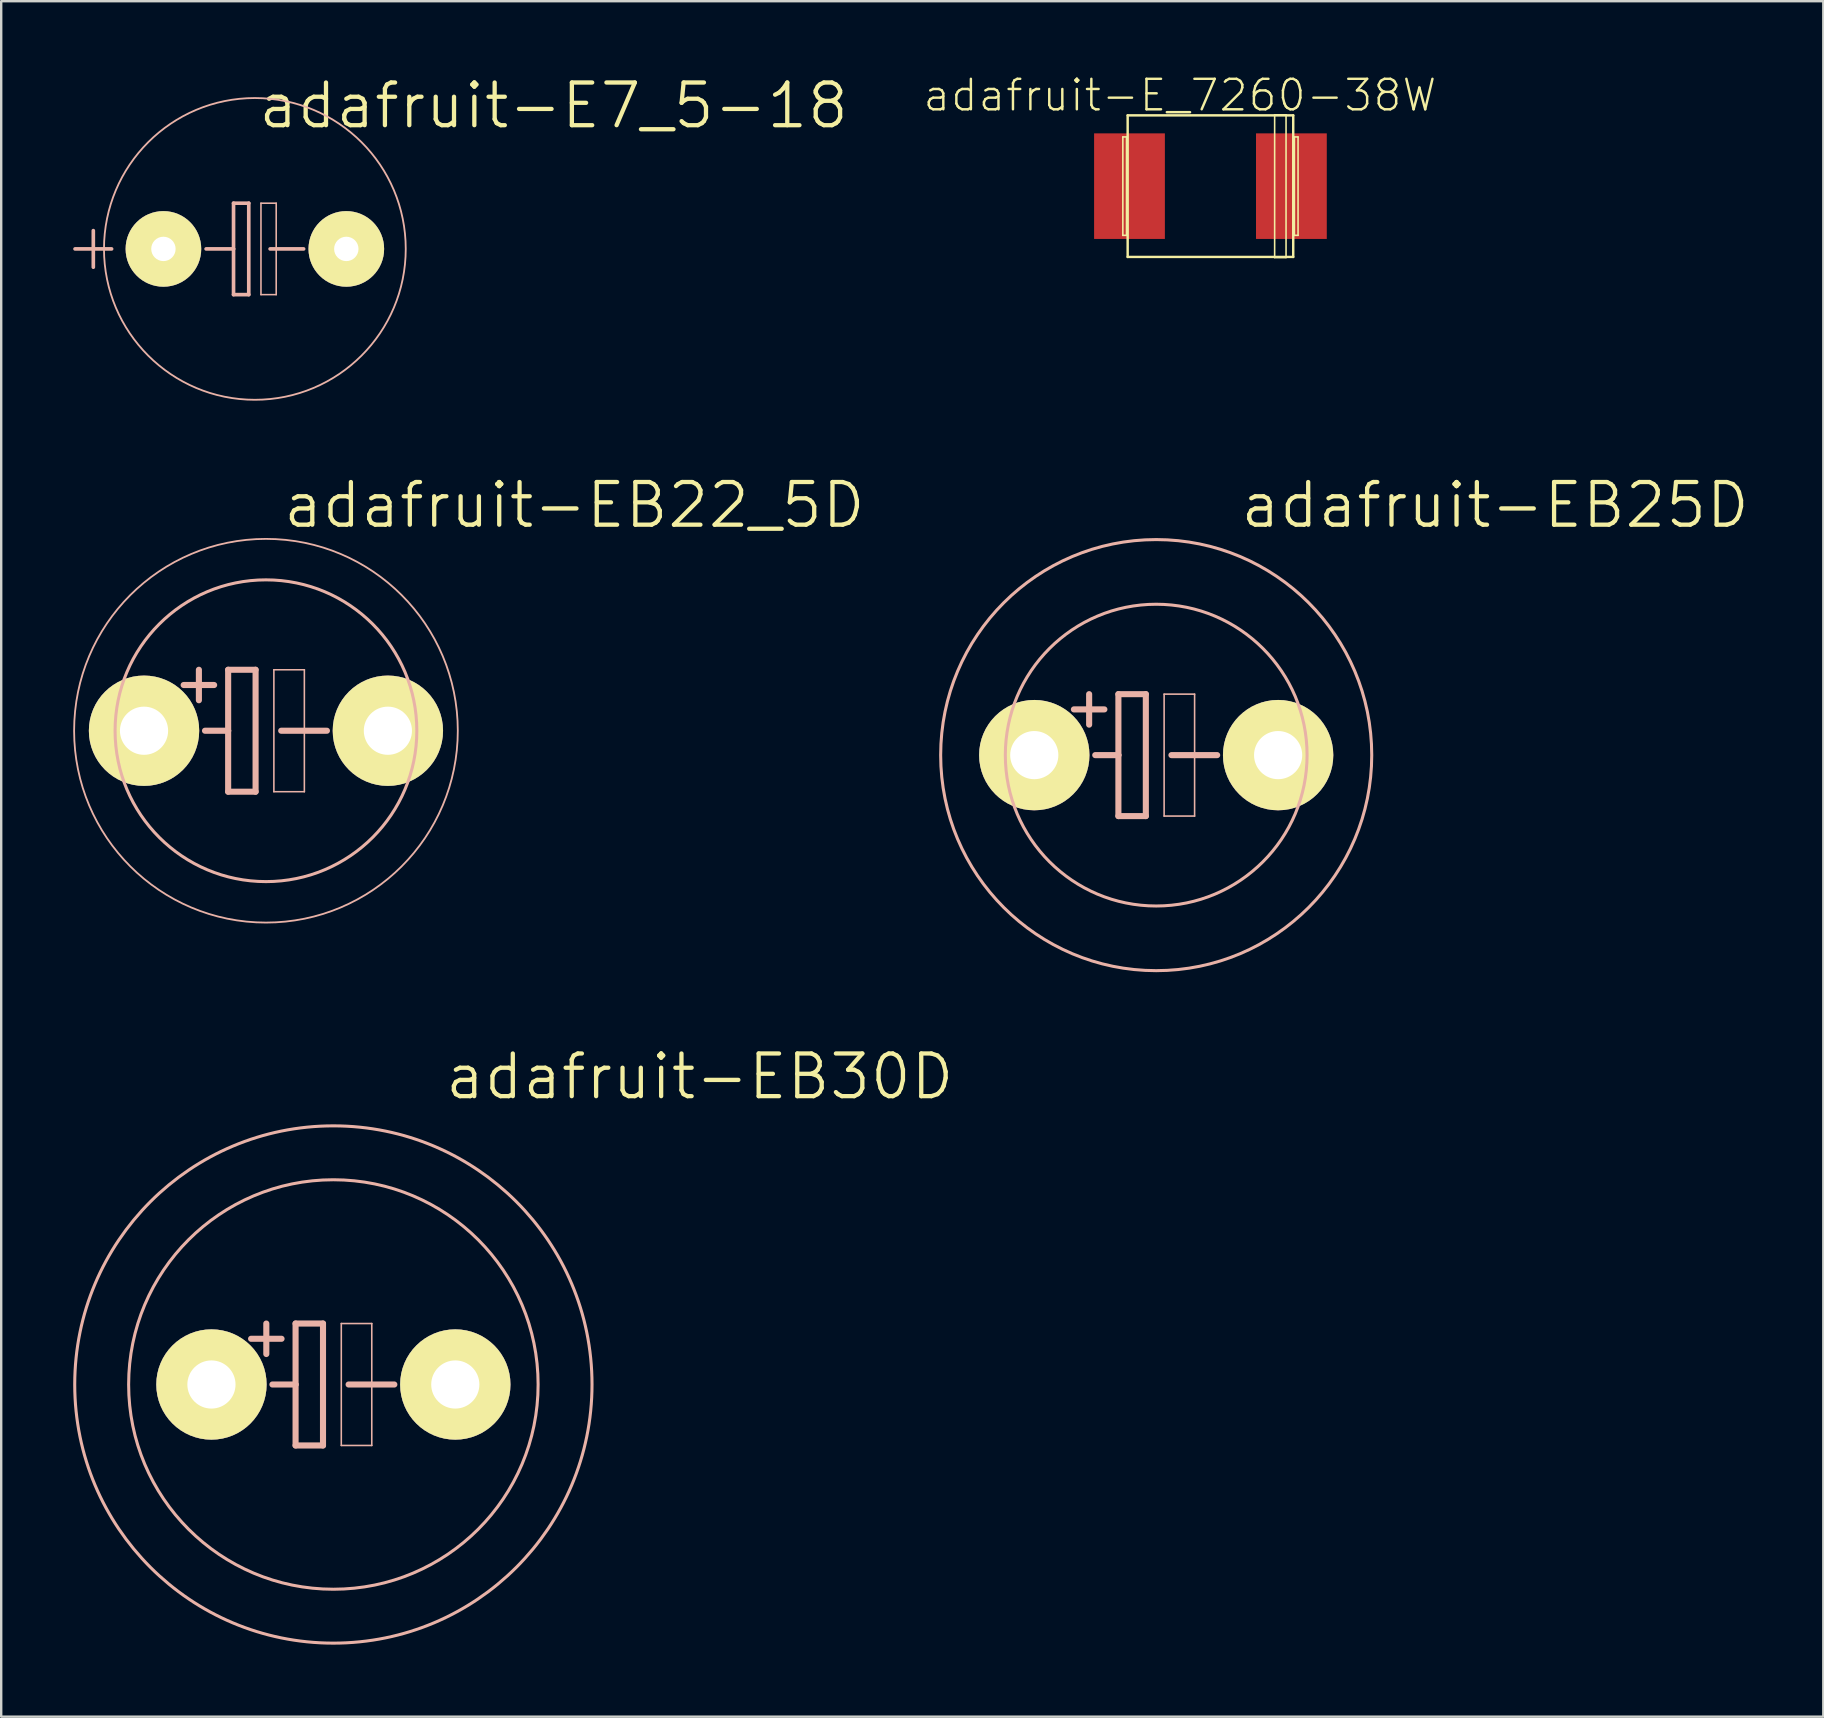
<source format=kicad_pcb>
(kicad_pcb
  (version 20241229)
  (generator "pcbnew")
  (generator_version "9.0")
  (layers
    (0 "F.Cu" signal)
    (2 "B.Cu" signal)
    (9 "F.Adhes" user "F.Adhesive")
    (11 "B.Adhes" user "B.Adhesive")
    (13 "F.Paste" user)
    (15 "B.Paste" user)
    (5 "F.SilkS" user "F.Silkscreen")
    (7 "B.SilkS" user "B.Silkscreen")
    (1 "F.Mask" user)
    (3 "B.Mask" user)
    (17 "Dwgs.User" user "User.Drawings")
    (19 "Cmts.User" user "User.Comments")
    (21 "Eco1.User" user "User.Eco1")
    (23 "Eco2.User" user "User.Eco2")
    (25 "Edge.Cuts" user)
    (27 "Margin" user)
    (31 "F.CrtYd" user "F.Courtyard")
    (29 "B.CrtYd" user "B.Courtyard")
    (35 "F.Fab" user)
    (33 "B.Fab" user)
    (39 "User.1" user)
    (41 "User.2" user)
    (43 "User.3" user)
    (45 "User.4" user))
  (footprint "adafruit-E7_5-18"
    (layer "F.Cu")
    (at 7.569 7.321)
    (property "Reference" "adafruit-E7_5-18" (at 12.446 -5.969 0) (layer "F.SilkS") (effects (font (size 1.778 1.778) (thickness 0.178))))
    (attr exclude_from_pos_files exclude_from_bom)
    (fp_line (start -7.493 0) (end -5.969 0) (stroke (width 0.152) (type solid)) (layer "B.SilkS"))
    (fp_line (start -6.731 0.762) (end -6.731 -0.762) (stroke (width 0.152) (type solid)) (layer "B.SilkS"))
    (fp_line (start -0.889 -1.905) (end -0.889 0) (stroke (width 0.152) (type solid)) (layer "B.SilkS"))
    (fp_line (start -0.889 0) (end -2.032 0) (stroke (width 0.152) (type solid)) (layer "B.SilkS"))
    (fp_line (start -0.889 0) (end -0.889 1.905) (stroke (width 0.152) (type solid)) (layer "B.SilkS"))
    (fp_line (start -0.889 1.905) (end -0.254 1.905) (stroke (width 0.152) (type solid)) (layer "B.SilkS"))
    (fp_line (start -0.254 -1.905) (end -0.889 -1.905) (stroke (width 0.152) (type solid)) (layer "B.SilkS"))
    (fp_line (start -0.254 1.905) (end -0.254 -1.905) (stroke (width 0.152) (type solid)) (layer "B.SilkS"))
    (fp_line (start 0.254 -1.905) (end 0.889 -1.905) (stroke (width 0.066) (type solid)) (layer "B.SilkS"))
    (fp_line (start 0.254 1.905) (end 0.254 -1.905) (stroke (width 0.066) (type solid)) (layer "B.SilkS"))
    (fp_line (start 0.254 1.905) (end 0.889 1.905) (stroke (width 0.066) (type solid)) (layer "B.SilkS"))
    (fp_line (start 0.635 0) (end 2.032 0) (stroke (width 0.152) (type solid)) (layer "B.SilkS"))
    (fp_line (start 0.889 1.905) (end 0.889 -1.905) (stroke (width 0.066) (type solid)) (layer "B.SilkS"))
    (fp_circle (center 0 0) (end -4.445 4.445) (stroke (width 0.076) (type solid)) (fill no) (layer "B.SilkS"))
    (pad "+" thru_hole circle (at -3.81 0) (size 3.15 3.15) (drill 1.016) (layers "*.Cu" "F.Mask" "F.SilkS" "F.Paste"))
    (pad "-" thru_hole circle (at 3.81 0) (size 3.15 3.15) (drill 1.016) (layers "*.Cu" "F.Mask" "F.SilkS" "F.Paste")))
  (footprint "adafruit-E_7260-38W"
    (layer "F.Cu")
    (at 47.383 4.706)
    (property "Reference" "adafruit-E_7260-38W" (at -1.273 -3.785 0) (layer "F.SilkS") (effects (font (size 1.27 1.27) (thickness 0.102))))
    (attr smd)
    (fp_line (start -3.65 -2.05) (end -3.498 -2.05) (stroke (width 0.066) (type solid)) (layer "F.SilkS"))
    (fp_line (start -3.65 2.05) (end -3.65 -2.05) (stroke (width 0.066) (type solid)) (layer "F.SilkS"))
    (fp_line (start -3.65 2.05) (end -3.498 2.05) (stroke (width 0.066) (type solid)) (layer "F.SilkS"))
    (fp_line (start -3.498 2.05) (end -3.498 -2.05) (stroke (width 0.066) (type solid)) (layer "F.SilkS"))
    (fp_line (start -3.449 -2.949) (end 3.449 -2.949) (stroke (width 0.102) (type solid)) (layer "F.SilkS"))
    (fp_line (start -3.449 2.949) (end -3.449 -2.949) (stroke (width 0.102) (type solid)) (layer "F.SilkS"))
    (fp_line (start 2.675 -2.974) (end 3.15 -2.974) (stroke (width 0.066) (type solid)) (layer "F.SilkS"))
    (fp_line (start 2.675 2.974) (end 2.675 -2.974) (stroke (width 0.066) (type solid)) (layer "F.SilkS"))
    (fp_line (start 2.675 2.974) (end 3.15 2.974) (stroke (width 0.066) (type solid)) (layer "F.SilkS"))
    (fp_line (start 3.15 2.974) (end 3.15 -2.974) (stroke (width 0.066) (type solid)) (layer "F.SilkS"))
    (fp_line (start 3.449 -2.949) (end 3.449 2.949) (stroke (width 0.102) (type solid)) (layer "F.SilkS"))
    (fp_line (start 3.449 2.949) (end -3.449 2.949) (stroke (width 0.102) (type solid)) (layer "F.SilkS"))
    (fp_line (start 3.498 -2.05) (end 3.65 -2.05) (stroke (width 0.066) (type solid)) (layer "F.SilkS"))
    (fp_line (start 3.498 2.05) (end 3.498 -2.05) (stroke (width 0.066) (type solid)) (layer "F.SilkS"))
    (fp_line (start 3.498 2.05) (end 3.65 2.05) (stroke (width 0.066) (type solid)) (layer "F.SilkS"))
    (fp_line (start 3.65 2.05) (end 3.65 -2.05) (stroke (width 0.066) (type solid)) (layer "F.SilkS"))
    (pad "+" smd rect (at 3.373 0) (size 2.949 4.399) (layers "F.Cu" "F.Mask" "F.Paste"))
    (pad "-" smd rect (at -3.373 0) (size 2.949 4.399) (layers "F.Cu" "F.Mask" "F.Paste")))
  (footprint "adafruit-EB30D"
    (layer "F.Cu")
    (at 10.84 54.635)
    (property "Reference" "adafruit-EB30D" (at 15.265 -12.827 0) (layer "F.SilkS") (effects (font (size 1.778 1.778) (thickness 0.178))))
    (attr exclude_from_pos_files exclude_from_bom)
    (fp_line (start -2.794 -2.54) (end -2.794 -1.27) (stroke (width 0.254) (type solid)) (layer "B.SilkS"))
    (fp_line (start -2.54 0) (end -1.575 0) (stroke (width 0.254) (type solid)) (layer "B.SilkS"))
    (fp_line (start -2.159 -1.905) (end -3.429 -1.905) (stroke (width 0.254) (type solid)) (layer "B.SilkS"))
    (fp_line (start -1.575 -2.54) (end -0.432 -2.54) (stroke (width 0.254) (type solid)) (layer "B.SilkS"))
    (fp_line (start -1.575 0) (end -1.575 -2.54) (stroke (width 0.254) (type solid)) (layer "B.SilkS"))
    (fp_line (start -1.575 2.54) (end -1.575 0) (stroke (width 0.254) (type solid)) (layer "B.SilkS"))
    (fp_line (start -0.432 -2.54) (end -0.432 2.54) (stroke (width 0.254) (type solid)) (layer "B.SilkS"))
    (fp_line (start -0.432 2.54) (end -1.575 2.54) (stroke (width 0.254) (type solid)) (layer "B.SilkS"))
    (fp_line (start 0.33 -2.54) (end 1.6 -2.54) (stroke (width 0.066) (type solid)) (layer "B.SilkS"))
    (fp_line (start 0.33 2.54) (end 0.33 -2.54) (stroke (width 0.066) (type solid)) (layer "B.SilkS"))
    (fp_line (start 0.33 2.54) (end 1.6 2.54) (stroke (width 0.066) (type solid)) (layer "B.SilkS"))
    (fp_line (start 0.635 0) (end 2.54 0) (stroke (width 0.254) (type solid)) (layer "B.SilkS"))
    (fp_line (start 1.6 2.54) (end 1.6 -2.54) (stroke (width 0.066) (type solid)) (layer "B.SilkS"))
    (fp_circle (center 0 0) (end -7.62 7.62) (stroke (width 0.127) (type solid)) (fill no) (layer "B.SilkS"))
    (fp_circle (center 0 0) (end -6.032 6.032) (stroke (width 0.127) (type solid)) (fill no) (layer "B.SilkS"))
    (pad "+" thru_hole circle (at -5.08 0) (size 4.597 4.597) (drill 2.007) (layers "*.Cu" "F.Mask" "F.SilkS" "F.Paste"))
    (pad "-" thru_hole circle (at 5.08 0) (size 4.597 4.597) (drill 2.007) (layers "*.Cu" "F.Mask" "F.SilkS" "F.Paste")))
  (footprint "adafruit-EB25D"
    (layer "F.Cu")
    (at 45.123 28.412)
    (property "Reference" "adafruit-EB25D" (at 14.122 -10.414 0) (layer "F.SilkS") (effects (font (size 1.778 1.778) (thickness 0.178))))
    (attr exclude_from_pos_files exclude_from_bom)
    (fp_line (start -2.794 -2.54) (end -2.794 -1.27) (stroke (width 0.254) (type solid)) (layer "B.SilkS"))
    (fp_line (start -2.54 0) (end -1.575 0) (stroke (width 0.254) (type solid)) (layer "B.SilkS"))
    (fp_line (start -2.159 -1.905) (end -3.429 -1.905) (stroke (width 0.254) (type solid)) (layer "B.SilkS"))
    (fp_line (start -1.575 -2.54) (end -0.432 -2.54) (stroke (width 0.254) (type solid)) (layer "B.SilkS"))
    (fp_line (start -1.575 0) (end -1.575 -2.54) (stroke (width 0.254) (type solid)) (layer "B.SilkS"))
    (fp_line (start -1.575 2.54) (end -1.575 0) (stroke (width 0.254) (type solid)) (layer "B.SilkS"))
    (fp_line (start -0.432 -2.54) (end -0.432 2.54) (stroke (width 0.254) (type solid)) (layer "B.SilkS"))
    (fp_line (start -0.432 2.54) (end -1.575 2.54) (stroke (width 0.254) (type solid)) (layer "B.SilkS"))
    (fp_line (start 0.33 -2.54) (end 1.6 -2.54) (stroke (width 0.066) (type solid)) (layer "B.SilkS"))
    (fp_line (start 0.33 2.54) (end 0.33 -2.54) (stroke (width 0.066) (type solid)) (layer "B.SilkS"))
    (fp_line (start 0.33 2.54) (end 1.6 2.54) (stroke (width 0.066) (type solid)) (layer "B.SilkS"))
    (fp_line (start 0.635 0) (end 2.54 0) (stroke (width 0.254) (type solid)) (layer "B.SilkS"))
    (fp_line (start 1.6 2.54) (end 1.6 -2.54) (stroke (width 0.066) (type solid)) (layer "B.SilkS"))
    (fp_circle (center 0 0) (end -6.35 6.35) (stroke (width 0.127) (type solid)) (fill no) (layer "B.SilkS"))
    (fp_circle (center 0 0) (end -4.445 4.445) (stroke (width 0.127) (type solid)) (fill no) (layer "B.SilkS"))
    (pad "+" thru_hole circle (at -5.08 0) (size 4.597 4.597) (drill 2.007) (layers "*.Cu" "F.Mask" "F.SilkS" "F.Paste"))
    (pad "-" thru_hole circle (at 5.08 0) (size 4.597 4.597) (drill 2.007) (layers "*.Cu" "F.Mask" "F.SilkS" "F.Paste")))
  (footprint "adafruit-EB22_5D"
    (layer "F.Cu")
    (at 8.031 27.396)
    (property "Reference" "adafruit-EB22_5D" (at 12.852 -9.398 0) (layer "F.SilkS") (effects (font (size 1.778 1.778) (thickness 0.178))))
    (attr exclude_from_pos_files exclude_from_bom)
    (fp_line (start -2.794 -2.54) (end -2.794 -1.27) (stroke (width 0.254) (type solid)) (layer "B.SilkS"))
    (fp_line (start -2.54 0) (end -1.575 0) (stroke (width 0.254) (type solid)) (layer "B.SilkS"))
    (fp_line (start -2.159 -1.905) (end -3.429 -1.905) (stroke (width 0.254) (type solid)) (layer "B.SilkS"))
    (fp_line (start -1.575 -2.54) (end -0.432 -2.54) (stroke (width 0.254) (type solid)) (layer "B.SilkS"))
    (fp_line (start -1.575 0) (end -1.575 -2.54) (stroke (width 0.254) (type solid)) (layer "B.SilkS"))
    (fp_line (start -1.575 2.54) (end -1.575 0) (stroke (width 0.254) (type solid)) (layer "B.SilkS"))
    (fp_line (start -0.432 -2.54) (end -0.432 2.54) (stroke (width 0.254) (type solid)) (layer "B.SilkS"))
    (fp_line (start -0.432 2.54) (end -1.575 2.54) (stroke (width 0.254) (type solid)) (layer "B.SilkS"))
    (fp_line (start 0.33 -2.54) (end 1.6 -2.54) (stroke (width 0.066) (type solid)) (layer "B.SilkS"))
    (fp_line (start 0.33 2.54) (end 0.33 -2.54) (stroke (width 0.066) (type solid)) (layer "B.SilkS"))
    (fp_line (start 0.33 2.54) (end 1.6 2.54) (stroke (width 0.066) (type solid)) (layer "B.SilkS"))
    (fp_line (start 0.635 0) (end 2.54 0) (stroke (width 0.254) (type solid)) (layer "B.SilkS"))
    (fp_line (start 1.6 2.54) (end 1.6 -2.54) (stroke (width 0.066) (type solid)) (layer "B.SilkS"))
    (fp_circle (center 0 0) (end -5.652 5.652) (stroke (width 0.076) (type solid)) (fill no) (layer "B.SilkS"))
    (fp_circle (center 0 0) (end -4.445 4.445) (stroke (width 0.127) (type solid)) (fill no) (layer "B.SilkS"))
    (pad "+" thru_hole circle (at -5.08 0) (size 4.597 4.597) (drill 2.007) (layers "*.Cu" "F.Mask" "F.SilkS" "F.Paste"))
    (pad "-" thru_hole circle (at 5.08 0) (size 4.597 4.597) (drill 2.007) (layers "*.Cu" "F.Mask" "F.SilkS" "F.Paste")))
  (gr_rect
    (start -3 -3)
    (end 72.918 68.474)
    (stroke (width 0.1) (type default))
    (fill no)
    (layer "Edge.Cuts")))
</source>
